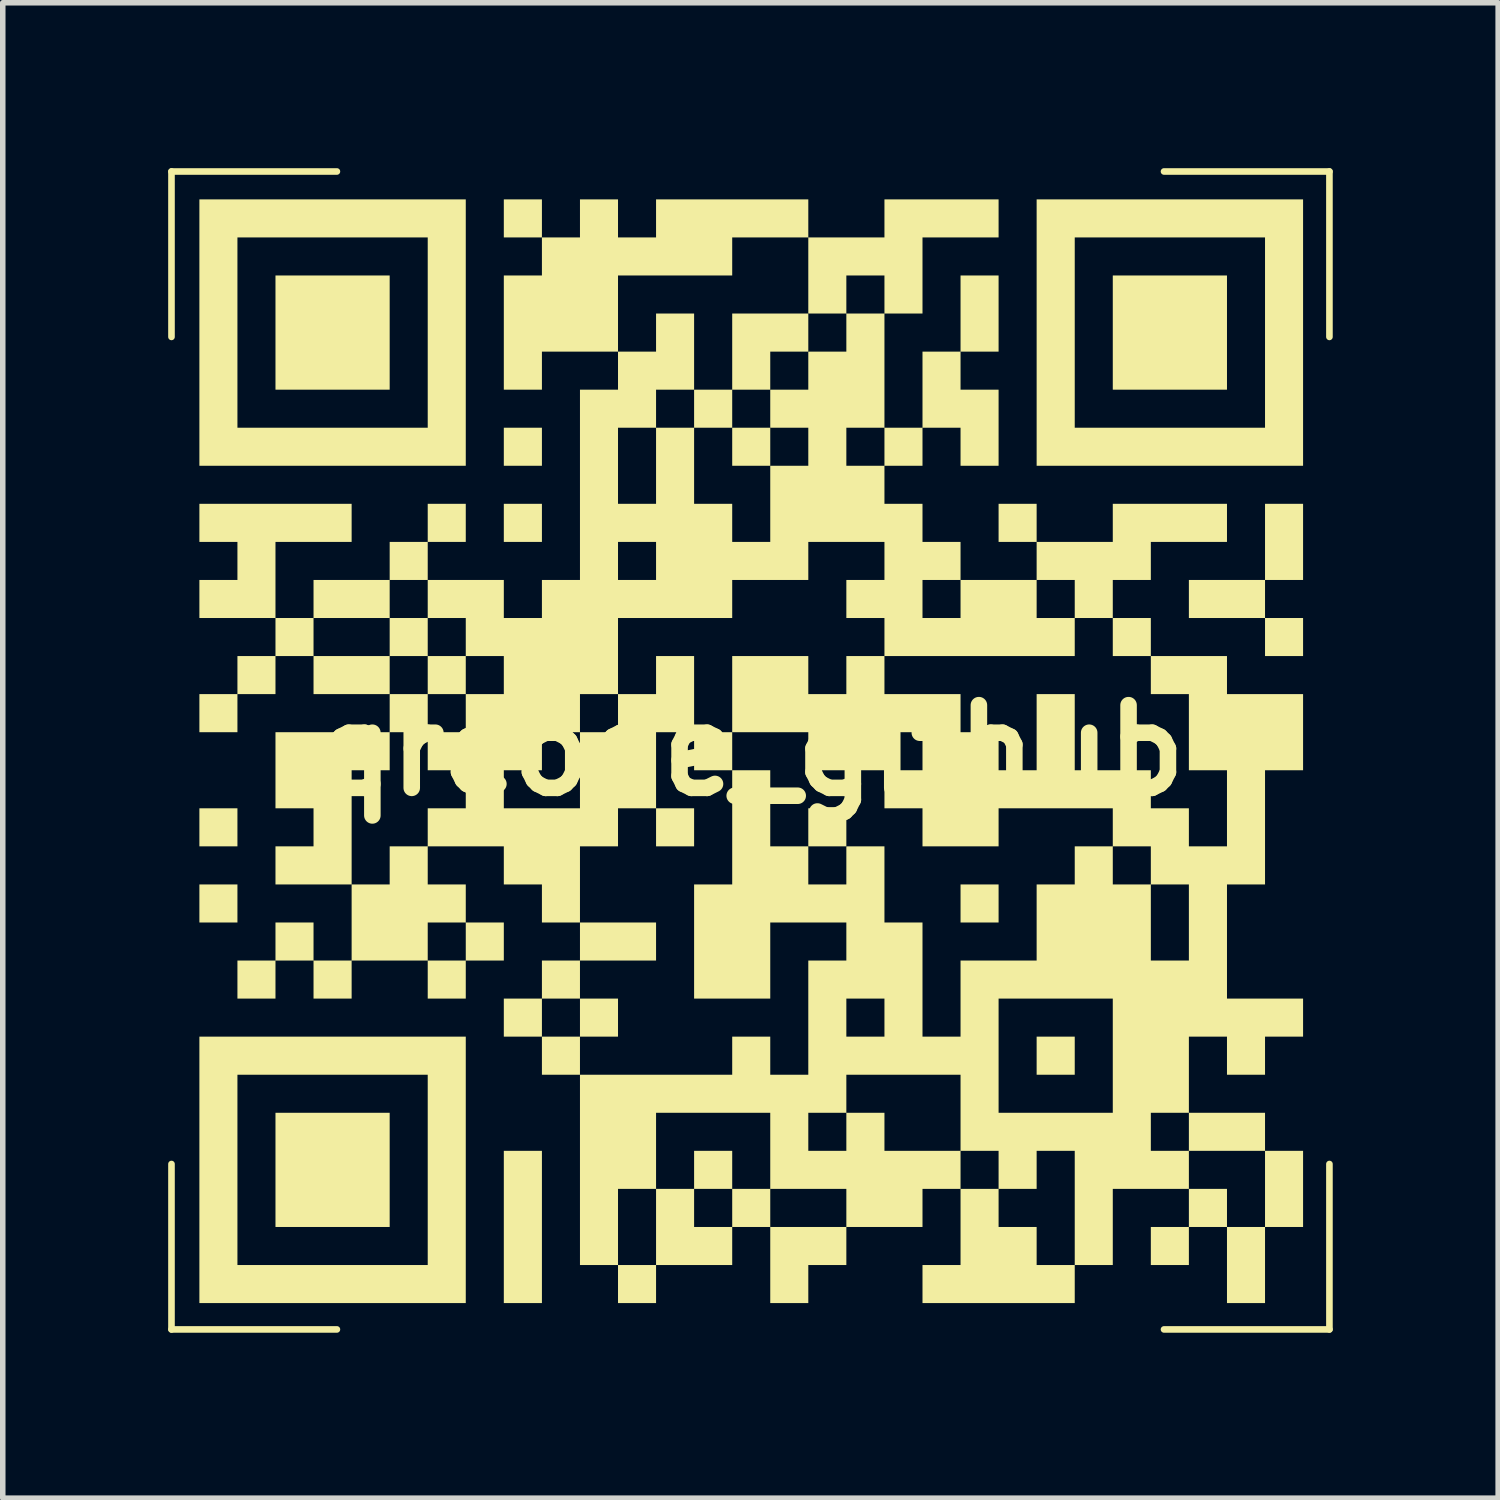
<source format=kicad_pcb>
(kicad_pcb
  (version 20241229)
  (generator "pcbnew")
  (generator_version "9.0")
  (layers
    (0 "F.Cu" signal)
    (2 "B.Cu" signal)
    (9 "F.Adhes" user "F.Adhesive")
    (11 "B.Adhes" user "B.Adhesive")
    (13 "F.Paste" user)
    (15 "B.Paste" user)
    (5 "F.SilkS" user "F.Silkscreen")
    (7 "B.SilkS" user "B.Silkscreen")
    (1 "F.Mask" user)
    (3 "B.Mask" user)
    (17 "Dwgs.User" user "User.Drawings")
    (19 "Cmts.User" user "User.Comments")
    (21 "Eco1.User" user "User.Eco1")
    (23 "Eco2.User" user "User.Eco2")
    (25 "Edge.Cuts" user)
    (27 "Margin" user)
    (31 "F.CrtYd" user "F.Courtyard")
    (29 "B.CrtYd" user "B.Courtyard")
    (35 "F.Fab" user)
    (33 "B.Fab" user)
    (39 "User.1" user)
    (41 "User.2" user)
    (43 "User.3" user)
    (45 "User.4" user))
  (footprint "qrcode_github"
    (layer "F.Cu")
    (at 10.56 10.56)
    (property "Reference" "qrcode_github" (at 0 0 0) (layer "F.SilkS") (effects (font (size 1.5 1.5) (thickness 0.3))))
    (attr board_only exclude_from_pos_files exclude_from_bom)
    (fp_line (start -10.5 -10.5) (end -10.5 -7.5) (stroke (width 0.12) (type default)) (layer "F.SilkS"))
    (fp_line (start -10.5 -10.5) (end -7.5 -10.5) (stroke (width 0.12) (type default)) (layer "F.SilkS"))
    (fp_line (start -10.5 7.5) (end -10.5 10.5) (stroke (width 0.12) (type default)) (layer "F.SilkS"))
    (fp_line (start -10.5 10.5) (end -7.5 10.5) (stroke (width 0.12) (type default)) (layer "F.SilkS"))
    (fp_line (start 10.5 -10.5) (end 7.5 -10.5) (stroke (width 0.12) (type default)) (layer "F.SilkS"))
    (fp_line (start 10.5 -10.5) (end 10.5 -7.5) (stroke (width 0.12) (type default)) (layer "F.SilkS"))
    (fp_line (start 10.5 10.5) (end 7.5 10.5) (stroke (width 0.12) (type default)) (layer "F.SilkS"))
    (fp_line (start 10.5 10.5) (end 10.5 7.5) (stroke (width 0.12) (type default)) (layer "F.SilkS"))
    (fp_poly (pts (xy -9.304 1.394) (xy -9.304 1.739) (xy -9.649 1.739) (xy -9.994 1.739) (xy -9.994 1.394) (xy -9.994 1.049) (xy -9.649 1.049) (xy -9.304 1.049)) (stroke (width 0) (type solid)) (fill yes) (layer "F.SilkS"))
    (fp_poly (pts (xy -9.304 2.775) (xy -9.304 3.12) (xy -9.649 3.12) (xy -9.994 3.12) (xy -9.994 2.775) (xy -9.994 2.43) (xy -9.649 2.43) (xy -9.304 2.43)) (stroke (width 0) (type solid)) (fill yes) (layer "F.SilkS"))
    (fp_poly (pts (xy -6.543 -7.579) (xy -6.543 -6.543) (xy -7.579 -6.543) (xy -8.614 -6.543) (xy -8.614 -7.579) (xy -8.614 -8.614) (xy -7.579 -8.614) (xy -6.543 -8.614)) (stroke (width 0) (type solid)) (fill yes) (layer "F.SilkS"))
    (fp_poly (pts (xy -6.543 -1.367) (xy -6.543 -1.022) (xy -7.233 -1.022) (xy -7.924 -1.022) (xy -7.924 -1.367) (xy -7.924 -1.712) (xy -7.233 -1.712) (xy -6.543 -1.712)) (stroke (width 0) (type solid)) (fill yes) (layer "F.SilkS"))
    (fp_poly (pts (xy -6.543 7.606) (xy -6.543 8.642) (xy -7.579 8.642) (xy -8.614 8.642) (xy -8.614 7.606) (xy -8.614 6.571) (xy -7.579 6.571) (xy -6.543 6.571)) (stroke (width 0) (type solid)) (fill yes) (layer "F.SilkS"))
    (fp_poly (pts (xy -5.853 -2.057) (xy -5.853 -1.712) (xy -6.198 -1.712) (xy -6.543 -1.712) (xy -6.543 -2.057) (xy -6.543 -2.402) (xy -6.198 -2.402) (xy -5.853 -2.402)) (stroke (width 0) (type solid)) (fill yes) (layer "F.SilkS"))
    (fp_poly (pts (xy -5.163 -1.367) (xy -5.163 -1.022) (xy -5.508 -1.022) (xy -5.853 -1.022) (xy -5.853 -1.367) (xy -5.853 -1.712) (xy -5.508 -1.712) (xy -5.163 -1.712)) (stroke (width 0) (type solid)) (fill yes) (layer "F.SilkS"))
    (fp_poly (pts (xy -3.782 -5.508) (xy -3.782 -5.163) (xy -4.128 -5.163) (xy -4.473 -5.163) (xy -4.473 -5.508) (xy -4.473 -5.853) (xy -4.128 -5.853) (xy -3.782 -5.853)) (stroke (width 0) (type solid)) (fill yes) (layer "F.SilkS"))
    (fp_poly (pts (xy -3.782 -4.128) (xy -3.782 -3.782) (xy -4.128 -3.782) (xy -4.473 -3.782) (xy -4.473 -4.128) (xy -4.473 -4.473) (xy -4.128 -4.473) (xy -3.782 -4.473)) (stroke (width 0) (type solid)) (fill yes) (layer "F.SilkS"))
    (fp_poly (pts (xy -3.782 8.642) (xy -3.782 10.022) (xy -4.128 10.022) (xy -4.473 10.022) (xy -4.473 8.642) (xy -4.473 7.261) (xy -4.128 7.261) (xy -3.782 7.261)) (stroke (width 0) (type solid)) (fill yes) (layer "F.SilkS"))
    (fp_poly (pts (xy -2.402 4.845) (xy -2.402 5.19) (xy -2.747 5.19) (xy -3.092 5.19) (xy -3.092 4.845) (xy -3.092 4.5) (xy -2.747 4.5) (xy -2.402 4.5)) (stroke (width 0) (type solid)) (fill yes) (layer "F.SilkS"))
    (fp_poly (pts (xy -1.022 1.394) (xy -1.022 1.739) (xy -1.367 1.739) (xy -1.712 1.739) (xy -1.712 1.394) (xy -1.712 1.049) (xy -1.367 1.049) (xy -1.022 1.049)) (stroke (width 0) (type solid)) (fill yes) (layer "F.SilkS"))
    (fp_poly (pts (xy -0.331 0.014) (xy -0.331 0.359) (xy -0.676 0.359) (xy -1.022 0.359) (xy -1.022 0.014) (xy -1.022 -0.331) (xy -0.676 -0.331) (xy -0.331 -0.331)) (stroke (width 0) (type solid)) (fill yes) (layer "F.SilkS"))
    (fp_poly (pts (xy -0.331 7.606) (xy -0.331 7.951) (xy -0.676 7.951) (xy -1.022 7.951) (xy -1.022 7.606) (xy -1.022 7.261) (xy -0.676 7.261) (xy -0.331 7.261)) (stroke (width 0) (type solid)) (fill yes) (layer "F.SilkS"))
    (fp_poly (pts (xy 0.359 -5.508) (xy 0.359 -5.163) (xy 0.014 -5.163) (xy -0.331 -5.163) (xy -0.331 -5.508) (xy -0.331 -5.853) (xy 0.014 -5.853) (xy 0.359 -5.853)) (stroke (width 0) (type solid)) (fill yes) (layer "F.SilkS"))
    (fp_poly (pts (xy 1.739 1.394) (xy 1.739 1.739) (xy 1.394 1.739) (xy 1.049 1.739) (xy 1.049 1.394) (xy 1.049 1.049) (xy 1.394 1.049) (xy 1.739 1.049)) (stroke (width 0) (type solid)) (fill yes) (layer "F.SilkS"))
    (fp_poly (pts (xy 4.5 2.775) (xy 4.5 3.12) (xy 4.155 3.12) (xy 3.81 3.12) (xy 3.81 2.775) (xy 3.81 2.43) (xy 4.155 2.43) (xy 4.5 2.43)) (stroke (width 0) (type solid)) (fill yes) (layer "F.SilkS"))
    (fp_poly (pts (xy 5.881 5.536) (xy 5.881 5.881) (xy 5.536 5.881) (xy 5.19 5.881) (xy 5.19 5.536) (xy 5.19 5.19) (xy 5.536 5.19) (xy 5.881 5.19)) (stroke (width 0) (type solid)) (fill yes) (layer "F.SilkS"))
    (fp_poly (pts (xy 7.261 -2.057) (xy 7.261 -1.712) (xy 6.916 -1.712) (xy 6.571 -1.712) (xy 6.571 -2.057) (xy 6.571 -2.402) (xy 6.916 -2.402) (xy 7.261 -2.402)) (stroke (width 0) (type solid)) (fill yes) (layer "F.SilkS"))
    (fp_poly (pts (xy 8.642 -7.579) (xy 8.642 -6.543) (xy 7.606 -6.543) (xy 6.571 -6.543) (xy 6.571 -7.579) (xy 6.571 -8.614) (xy 7.606 -8.614) (xy 8.642 -8.614)) (stroke (width 0) (type solid)) (fill yes) (layer "F.SilkS"))
    (fp_poly (pts (xy 10.022 -2.057) (xy 10.022 -1.712) (xy 9.677 -1.712) (xy 9.332 -1.712) (xy 9.332 -2.057) (xy 9.332 -2.402) (xy 9.677 -2.402) (xy 10.022 -2.402)) (stroke (width 0) (type solid)) (fill yes) (layer "F.SilkS"))
    (fp_poly (pts (xy 10.022 -3.782) (xy 10.022 -3.092) (xy 9.677 -3.092) (xy 9.332 -3.092) (xy 9.332 -2.747) (xy 9.332 -2.402) (xy 8.642 -2.402) (xy 7.951 -2.402) (xy 7.951 -2.747) (xy 7.951 -3.092) (xy 8.642 -3.092) (xy 9.332 -3.092) (xy 9.332 -3.782) (xy 9.332 -4.473) (xy 9.677 -4.473) (xy 10.022 -4.473)) (stroke (width 0) (type solid)) (fill yes) (layer "F.SilkS"))
    (fp_poly (pts (xy -5.163 -7.579) (xy -5.163 -5.163) (xy -7.579 -5.163) (xy -9.994 -5.163) (xy -9.994 -7.579) (xy -9.994 -9.304) (xy -9.304 -9.304) (xy -9.304 -7.579) (xy -9.304 -5.853) (xy -7.579 -5.853) (xy -5.853 -5.853) (xy -5.853 -7.579) (xy -5.853 -9.304) (xy -7.579 -9.304) (xy -9.304 -9.304) (xy -9.994 -9.304) (xy -9.994 -9.994) (xy -7.579 -9.994) (xy -5.163 -9.994)) (stroke (width 0) (type solid)) (fill yes) (layer "F.SilkS"))
    (fp_poly (pts (xy -5.163 7.606) (xy -5.163 10.022) (xy -7.579 10.022) (xy -9.994 10.022) (xy -9.994 7.606) (xy -9.994 5.881) (xy -9.304 5.881) (xy -9.304 7.606) (xy -9.304 9.332) (xy -7.579 9.332) (xy -5.853 9.332) (xy -5.853 7.606) (xy -5.853 5.881) (xy -7.579 5.881) (xy -9.304 5.881) (xy -9.994 5.881) (xy -9.994 5.19) (xy -7.579 5.19) (xy -5.163 5.19)) (stroke (width 0) (type solid)) (fill yes) (layer "F.SilkS"))
    (fp_poly (pts (xy 10.022 -7.579) (xy 10.022 -5.163) (xy 7.606 -5.163) (xy 5.19 -5.163) (xy 5.19 -7.579) (xy 5.19 -9.304) (xy 5.881 -9.304) (xy 5.881 -7.579) (xy 5.881 -5.853) (xy 7.606 -5.853) (xy 9.332 -5.853) (xy 9.332 -7.579) (xy 9.332 -9.304) (xy 7.606 -9.304) (xy 5.881 -9.304) (xy 5.19 -9.304) (xy 5.19 -9.994) (xy 7.606 -9.994) (xy 10.022 -9.994)) (stroke (width 0) (type solid)) (fill yes) (layer "F.SilkS"))
    (fp_poly (pts (xy 1.049 -7.579) (xy 1.049 -7.233) (xy 0.704 -7.233) (xy 0.359 -7.233) (xy 0.359 -6.888) (xy 0.359 -6.543) (xy 0.014 -6.543) (xy -0.331 -6.543) (xy -0.331 -6.198) (xy -0.331 -5.853) (xy -0.676 -5.853) (xy -1.022 -5.853) (xy -1.022 -6.198) (xy -1.022 -6.543) (xy -0.676 -6.543) (xy -0.331 -6.543) (xy -0.331 -7.233) (xy -0.331 -7.924) (xy 0.359 -7.924) (xy 1.049 -7.924)) (stroke (width 0) (type solid)) (fill yes) (layer "F.SilkS"))
    (fp_poly (pts (xy -1.712 3.465) (xy -1.712 3.81) (xy -2.402 3.81) (xy -3.092 3.81) (xy -3.092 4.155) (xy -3.092 4.5) (xy -3.437 4.5) (xy -3.782 4.5) (xy -3.782 4.845) (xy -3.782 5.19) (xy -4.128 5.19) (xy -4.473 5.19) (xy -4.473 4.845) (xy -4.473 4.5) (xy -4.128 4.5) (xy -3.782 4.5) (xy -3.782 4.155) (xy -3.782 3.81) (xy -3.437 3.81) (xy -3.092 3.81) (xy -3.092 3.465) (xy -3.092 3.12) (xy -2.402 3.12) (xy -1.712 3.12)) (stroke (width 0) (type solid)) (fill yes) (layer "F.SilkS"))
    (fp_poly (pts (xy 10.022 7.951) (xy 10.022 8.642) (xy 9.677 8.642) (xy 9.332 8.642) (xy 9.332 9.332) (xy 9.332 10.022) (xy 8.987 10.022) (xy 8.642 10.022) (xy 8.642 9.332) (xy 8.642 8.642) (xy 8.296 8.642) (xy 7.951 8.642) (xy 7.951 8.987) (xy 7.951 9.332) (xy 7.606 9.332) (xy 7.261 9.332) (xy 7.261 8.987) (xy 7.261 8.642) (xy 7.606 8.642) (xy 7.951 8.642) (xy 7.951 8.296) (xy 7.951 7.951) (xy 8.296 7.951) (xy 8.642 7.951) (xy 8.642 8.296) (xy 8.642 8.642) (xy 8.987 8.642) (xy 9.332 8.642) (xy 9.332 7.951) (xy 9.332 7.261) (xy 9.677 7.261) (xy 10.022 7.261)) (stroke (width 0) (type solid)) (fill yes) (layer "F.SilkS"))
    (fp_poly (pts (xy -7.233 -4.128) (xy -7.233 -3.782) (xy -7.924 -3.782) (xy -8.614 -3.782) (xy -8.614 -3.092) (xy -8.614 -2.402) (xy -8.269 -2.402) (xy -7.924 -2.402) (xy -7.924 -2.747) (xy -7.924 -3.092) (xy -7.233 -3.092) (xy -6.543 -3.092) (xy -6.543 -3.437) (xy -6.543 -3.782) (xy -6.198 -3.782) (xy -5.853 -3.782) (xy -5.853 -4.128) (xy -5.853 -4.473) (xy -5.508 -4.473) (xy -5.163 -4.473) (xy -5.163 -4.128) (xy -5.163 -3.782) (xy -5.508 -3.782) (xy -5.853 -3.782) (xy -5.853 -3.437) (xy -5.853 -3.092) (xy -6.198 -3.092) (xy -6.543 -3.092) (xy -6.543 -2.747) (xy -6.543 -2.402) (xy -7.233 -2.402) (xy -7.924 -2.402) (xy -7.924 -2.057) (xy -7.924 -1.712) (xy -8.269 -1.712) (xy -8.614 -1.712) (xy -8.614 -1.367) (xy -8.614 -1.022) (xy -8.959 -1.022) (xy -9.304 -1.022) (xy -9.304 -0.676) (xy -9.304 -0.331) (xy -9.649 -0.331) (xy -9.994 -0.331) (xy -9.994 -0.676) (xy -9.994 -1.022) (xy -9.649 -1.022) (xy -9.304 -1.022) (xy -9.304 -1.367) (xy -9.304 -1.712) (xy -8.959 -1.712) (xy -8.614 -1.712) (xy -8.614 -2.057) (xy -8.614 -2.402) (xy -9.304 -2.402) (xy -9.994 -2.402) (xy -9.994 -2.747) (xy -9.994 -3.092) (xy -9.649 -3.092) (xy -9.304 -3.092) (xy -9.304 -3.437) (xy -9.304 -3.782) (xy -9.649 -3.782) (xy -9.994 -3.782) (xy -9.994 -4.128) (xy -9.994 -4.473) (xy -8.614 -4.473) (xy -7.233 -4.473)) (stroke (width 0) (type solid)) (fill yes) (layer "F.SilkS"))
    (fp_poly (pts (xy 1.049 -1.367) (xy 1.049 -1.022) (xy 1.394 -1.022) (xy 1.739 -1.022) (xy 1.739 -1.367) (xy 1.739 -1.712) (xy 2.084 -1.712) (xy 2.43 -1.712) (xy 2.43 -1.367) (xy 2.43 -1.022) (xy 3.12 -1.022) (xy 3.81 -1.022) (xy 3.81 -0.676) (xy 3.81 -0.331) (xy 4.155 -0.331) (xy 4.5 -0.331) (xy 4.5 0.014) (xy 4.5 0.359) (xy 4.845 0.359) (xy 5.19 0.359) (xy 5.19 -0.331) (xy 5.19 -1.022) (xy 5.536 -1.022) (xy 5.881 -1.022) (xy 5.881 -0.331) (xy 5.881 0.359) (xy 6.571 0.359) (xy 7.261 0.359) (xy 7.261 0.704) (xy 7.261 1.049) (xy 7.606 1.049) (xy 7.951 1.049) (xy 7.951 1.394) (xy 7.951 1.739) (xy 8.296 1.739) (xy 8.642 1.739) (xy 8.642 1.049) (xy 8.642 0.359) (xy 8.296 0.359) (xy 7.951 0.359) (xy 7.951 -0.331) (xy 7.951 -1.022) (xy 7.606 -1.022) (xy 7.261 -1.022) (xy 7.261 -1.367) (xy 7.261 -1.712) (xy 7.951 -1.712) (xy 8.642 -1.712) (xy 8.642 -1.367) (xy 8.642 -1.022) (xy 9.332 -1.022) (xy 10.022 -1.022) (xy 10.022 -0.331) (xy 10.022 0.359) (xy 9.677 0.359) (xy 9.332 0.359) (xy 9.332 1.394) (xy 9.332 2.43) (xy 8.987 2.43) (xy 8.642 2.43) (xy 8.642 3.465) (xy 8.642 4.5) (xy 9.332 4.5) (xy 10.022 4.5) (xy 10.022 4.845) (xy 10.022 5.19) (xy 9.677 5.19) (xy 9.332 5.19) (xy 9.332 5.536) (xy 9.332 5.881) (xy 8.987 5.881) (xy 8.642 5.881) (xy 8.642 5.536) (xy 8.642 5.19) (xy 8.296 5.19) (xy 7.951 5.19) (xy 7.951 5.881) (xy 7.951 6.571) (xy 7.606 6.571) (xy 7.261 6.571) (xy 7.261 6.916) (xy 7.261 7.261) (xy 7.606 7.261) (xy 7.951 7.261) (xy 7.951 6.916) (xy 7.951 6.571) (xy 8.642 6.571) (xy 9.332 6.571) (xy 9.332 6.916) (xy 9.332 7.261) (xy 8.642 7.261) (xy 7.951 7.261) (xy 7.951 7.606) (xy 7.951 7.951) (xy 7.261 7.951) (xy 6.571 7.951) (xy 6.571 8.642) (xy 6.571 9.332) (xy 6.226 9.332) (xy 5.881 9.332) (xy 5.881 9.677) (xy 5.881 10.022) (xy 4.5 10.022) (xy 3.12 10.022) (xy 3.12 9.677) (xy 3.12 9.332) (xy 3.465 9.332) (xy 3.81 9.332) (xy 3.81 8.642) (xy 3.81 7.951) (xy 4.155 7.951) (xy 4.5 7.951) (xy 4.5 8.296) (xy 4.5 8.642) (xy 4.845 8.642) (xy 5.19 8.642) (xy 5.19 8.987) (xy 5.19 9.332) (xy 5.536 9.332) (xy 5.881 9.332) (xy 5.881 8.296) (xy 5.881 7.261) (xy 5.536 7.261) (xy 5.19 7.261) (xy 5.19 7.606) (xy 5.19 7.951) (xy 4.845 7.951) (xy 4.5 7.951) (xy 4.5 7.606) (xy 4.5 7.261) (xy 4.155 7.261) (xy 3.81 7.261) (xy 3.81 7.606) (xy 3.81 7.951) (xy 3.465 7.951) (xy 3.12 7.951) (xy 3.12 8.296) (xy 3.12 8.642) (xy 2.43 8.642) (xy 1.739 8.642) (xy 1.739 8.987) (xy 1.739 9.332) (xy 1.394 9.332) (xy 1.049 9.332) (xy 1.049 9.677) (xy 1.049 10.022) (xy 0.704 10.022) (xy 0.359 10.022) (xy 0.359 9.332) (xy 0.359 8.642) (xy 0.014 8.642) (xy -0.331 8.642) (xy -0.331 8.987) (xy -0.331 9.332) (xy -1.022 9.332) (xy -1.712 9.332) (xy -1.712 9.677) (xy -1.712 10.022) (xy -2.057 10.022) (xy -2.402 10.022) (xy -2.402 9.677) (xy -2.402 9.332) (xy -2.057 9.332) (xy -1.712 9.332) (xy -1.712 8.642) (xy -1.712 7.951) (xy -1.367 7.951) (xy -1.022 7.951) (xy -1.022 8.296) (xy -1.022 8.642) (xy -0.676 8.642) (xy -0.331 8.642) (xy -0.331 8.296) (xy -0.331 7.951) (xy 0.014 7.951) (xy 0.359 7.951) (xy 0.359 8.296) (xy 0.359 8.642) (xy 1.049 8.642) (xy 1.739 8.642) (xy 1.739 8.296) (xy 1.739 7.951) (xy 1.049 7.951) (xy 0.359 7.951) (xy 0.359 7.261) (xy 1.049 7.261) (xy 1.394 7.261) (xy 1.739 7.261) (xy 1.739 6.916) (xy 1.739 6.571) (xy 2.084 6.571) (xy 2.43 6.571) (xy 2.43 6.916) (xy 2.43 7.261) (xy 3.12 7.261) (xy 3.81 7.261) (xy 3.81 6.571) (xy 3.81 5.881) (xy 2.775 5.881) (xy 1.739 5.881) (xy 1.739 6.226) (xy 1.739 6.571) (xy 1.394 6.571) (xy 1.049 6.571) (xy 1.049 6.916) (xy 1.049 7.261) (xy 0.359 7.261) (xy 0.359 6.571) (xy -0.676 6.571) (xy -1.712 6.571) (xy -1.712 7.261) (xy -1.712 7.951) (xy -2.057 7.951) (xy -2.402 7.951) (xy -2.402 8.642) (xy -2.402 9.332) (xy -2.747 9.332) (xy -3.092 9.332) (xy -3.092 7.606) (xy -3.092 5.881) (xy -3.437 5.881) (xy -3.782 5.881) (xy -3.782 5.536) (xy -3.782 5.19) (xy -3.437 5.19) (xy -3.092 5.19) (xy -3.092 5.536) (xy -3.092 5.881) (xy -1.712 5.881) (xy -0.331 5.881) (xy -0.331 5.536) (xy -0.331 5.19) (xy 0.014 5.19) (xy 0.359 5.19) (xy 0.359 5.536) (xy 0.359 5.881) (xy 0.704 5.881) (xy 1.049 5.881) (xy 1.049 4.845) (xy 1.049 4.5) (xy 1.739 4.5) (xy 1.739 4.845) (xy 1.739 5.19) (xy 2.084 5.19) (xy 2.43 5.19) (xy 2.43 4.845) (xy 2.43 4.5) (xy 2.084 4.5) (xy 1.739 4.5) (xy 1.049 4.5) (xy 1.049 3.81) (xy 1.394 3.81) (xy 1.739 3.81) (xy 1.739 3.465) (xy 1.739 3.12) (xy 1.049 3.12) (xy 0.359 3.12) (xy 0.359 3.81) (xy 0.359 4.5) (xy -0.331 4.5) (xy -1.022 4.5) (xy -1.022 3.465) (xy -1.022 2.43) (xy -0.676 2.43) (xy -0.331 2.43) (xy -0.331 1.394) (xy -0.331 0.359) (xy 0.014 0.359) (xy 0.359 0.359) (xy 0.359 1.049) (xy 0.359 1.739) (xy 0.704 1.739) (xy 1.049 1.739) (xy 1.049 2.084) (xy 1.049 2.43) (xy 1.394 2.43) (xy 1.739 2.43) (xy 1.739 2.084) (xy 1.739 1.739) (xy 2.084 1.739) (xy 2.43 1.739) (xy 2.43 2.43) (xy 2.43 3.12) (xy 2.775 3.12) (xy 3.12 3.12) (xy 3.12 4.155) (xy 3.12 5.19) (xy 3.465 5.19) (xy 3.81 5.19) (xy 3.81 4.5) (xy 4.5 4.5) (xy 4.5 5.536) (xy 4.5 6.571) (xy 5.536 6.571) (xy 6.571 6.571) (xy 6.571 5.536) (xy 6.571 4.5) (xy 5.536 4.5) (xy 4.5 4.5) (xy 3.81 4.5) (xy 3.81 3.81) (xy 4.5 3.81) (xy 5.19 3.81) (xy 5.19 3.12) (xy 5.19 2.43) (xy 5.536 2.43) (xy 5.881 2.43) (xy 5.881 2.084) (xy 5.881 1.739) (xy 6.226 1.739) (xy 6.571 1.739) (xy 6.571 2.084) (xy 6.571 2.43) (xy 6.916 2.43) (xy 7.261 2.43) (xy 7.261 3.12) (xy 7.261 3.81) (xy 7.606 3.81) (xy 7.951 3.81) (xy 7.951 3.12) (xy 7.951 2.43) (xy 7.606 2.43) (xy 7.261 2.43) (xy 7.261 2.084) (xy 7.261 1.739) (xy 6.916 1.739) (xy 6.571 1.739) (xy 6.571 1.394) (xy 6.571 1.049) (xy 5.536 1.049) (xy 4.5 1.049) (xy 4.5 1.394) (xy 4.5 1.739) (xy 3.81 1.739) (xy 3.12 1.739) (xy 3.12 1.394) (xy 3.12 1.049) (xy 2.775 1.049) (xy 2.43 1.049) (xy 2.43 0.704) (xy 2.43 0.359) (xy 2.775 0.359) (xy 3.12 0.359) (xy 3.12 0.014) (xy 3.12 -0.331) (xy 2.775 -0.331) (xy 2.43 -0.331) (xy 2.43 0.014) (xy 2.43 0.359) (xy 1.739 0.359) (xy 1.049 0.359) (xy 1.049 0.014) (xy 1.049 -0.331) (xy 0.359 -0.331) (xy -0.331 -0.331) (xy -0.331 -1.022) (xy -0.331 -1.712) (xy 0.359 -1.712) (xy 1.049 -1.712)) (stroke (width 0) (type solid)) (fill yes) (layer "F.SilkS"))
    (fp_poly (pts (xy -3.782 -9.649) (xy -3.782 -9.304) (xy -3.437 -9.304) (xy -3.092 -9.304) (xy -3.092 -9.649) (xy -3.092 -9.994) (xy -2.747 -9.994) (xy -2.402 -9.994) (xy -2.402 -9.649) (xy -2.402 -9.304) (xy -2.057 -9.304) (xy -1.712 -9.304) (xy -1.712 -9.649) (xy -1.712 -9.994) (xy -0.331 -9.994) (xy 1.049 -9.994) (xy 1.049 -9.649) (xy 1.049 -9.304) (xy 1.739 -9.304) (xy 2.43 -9.304) (xy 2.43 -9.649) (xy 2.43 -9.994) (xy 3.465 -9.994) (xy 4.5 -9.994) (xy 4.5 -9.649) (xy 4.5 -9.304) (xy 3.81 -9.304) (xy 3.12 -9.304) (xy 3.12 -8.614) (xy 3.12 -7.924) (xy 2.775 -7.924) (xy 2.43 -7.924) (xy 2.43 -6.888) (xy 2.43 -5.853) (xy 2.775 -5.853) (xy 3.12 -5.853) (xy 3.12 -6.543) (xy 3.12 -7.233) (xy 3.465 -7.233) (xy 3.81 -7.233) (xy 3.81 -7.924) (xy 3.81 -8.614) (xy 4.155 -8.614) (xy 4.5 -8.614) (xy 4.5 -7.924) (xy 4.5 -7.233) (xy 4.155 -7.233) (xy 3.81 -7.233) (xy 3.81 -6.888) (xy 3.81 -6.543) (xy 4.155 -6.543) (xy 4.5 -6.543) (xy 4.5 -5.853) (xy 4.5 -5.163) (xy 4.155 -5.163) (xy 3.81 -5.163) (xy 3.81 -5.508) (xy 3.81 -5.853) (xy 3.465 -5.853) (xy 3.12 -5.853) (xy 3.12 -5.508) (xy 3.12 -5.163) (xy 2.775 -5.163) (xy 2.43 -5.163) (xy 2.43 -4.818) (xy 2.43 -4.473) (xy 2.775 -4.473) (xy 3.12 -4.473) (xy 3.12 -4.128) (xy 3.12 -3.782) (xy 3.465 -3.782) (xy 3.81 -3.782) (xy 3.81 -3.437) (xy 3.81 -3.092) (xy 4.5 -3.092) (xy 5.19 -3.092) (xy 5.19 -2.747) (xy 5.19 -2.402) (xy 5.536 -2.402) (xy 5.881 -2.402) (xy 5.881 -2.747) (xy 5.881 -3.092) (xy 5.536 -3.092) (xy 5.19 -3.092) (xy 5.19 -3.437) (xy 5.19 -3.782) (xy 4.845 -3.782) (xy 4.5 -3.782) (xy 4.5 -4.128) (xy 4.5 -4.473) (xy 4.845 -4.473) (xy 5.19 -4.473) (xy 5.19 -4.128) (xy 5.19 -3.782) (xy 5.881 -3.782) (xy 6.571 -3.782) (xy 6.571 -4.128) (xy 6.571 -4.473) (xy 7.606 -4.473) (xy 8.642 -4.473) (xy 8.642 -4.128) (xy 8.642 -3.782) (xy 7.951 -3.782) (xy 7.261 -3.782) (xy 7.261 -3.437) (xy 7.261 -3.092) (xy 6.916 -3.092) (xy 6.571 -3.092) (xy 6.571 -2.747) (xy 6.571 -2.402) (xy 6.226 -2.402) (xy 5.881 -2.402) (xy 5.881 -2.057) (xy 5.881 -1.712) (xy 4.155 -1.712) (xy 2.43 -1.712) (xy 2.43 -2.057) (xy 2.43 -2.402) (xy 2.084 -2.402) (xy 1.739 -2.402) (xy 1.739 -2.747) (xy 1.739 -3.092) (xy 2.084 -3.092) (xy 2.43 -3.092) (xy 3.12 -3.092) (xy 3.12 -2.747) (xy 3.12 -2.402) (xy 3.465 -2.402) (xy 3.81 -2.402) (xy 3.81 -2.747) (xy 3.81 -3.092) (xy 3.465 -3.092) (xy 3.12 -3.092) (xy 2.43 -3.092) (xy 2.43 -3.437) (xy 2.43 -3.782) (xy 1.739 -3.782) (xy 1.049 -3.782) (xy 1.049 -3.437) (xy 1.049 -3.092) (xy 0.359 -3.092) (xy -0.331 -3.092) (xy -0.331 -2.747) (xy -0.331 -2.402) (xy -1.367 -2.402) (xy -2.402 -2.402) (xy -2.402 -1.712) (xy -2.402 -1.022) (xy -2.747 -1.022) (xy -3.092 -1.022) (xy -3.092 -0.676) (xy -3.092 -0.331) (xy -3.437 -0.331) (xy -3.782 -0.331) (xy -3.782 0.014) (xy -3.782 0.359) (xy -4.128 0.359) (xy -4.473 0.359) (xy -4.473 0.704) (xy -4.473 1.049) (xy -3.782 1.049) (xy -3.092 1.049) (xy -3.092 0.359) (xy -3.092 -0.331) (xy -2.747 -0.331) (xy -2.402 -0.331) (xy -2.402 -0.676) (xy -2.402 -1.022) (xy -2.057 -1.022) (xy -1.712 -1.022) (xy -1.712 -1.367) (xy -1.712 -1.712) (xy -1.367 -1.712) (xy -1.022 -1.712) (xy -1.022 -1.022) (xy -1.022 -0.331) (xy -1.367 -0.331) (xy -1.712 -0.331) (xy -1.712 0.359) (xy -1.712 1.049) (xy -2.057 1.049) (xy -2.402 1.049) (xy -2.402 1.394) (xy -2.402 1.739) (xy -2.747 1.739) (xy -3.092 1.739) (xy -3.092 2.43) (xy -3.092 3.12) (xy -3.437 3.12) (xy -3.782 3.12) (xy -3.782 2.775) (xy -3.782 2.43) (xy -4.128 2.43) (xy -4.473 2.43) (xy -4.473 2.084) (xy -4.473 1.739) (xy -5.163 1.739) (xy -5.853 1.739) (xy -5.853 2.084) (xy -5.853 2.43) (xy -5.508 2.43) (xy -5.163 2.43) (xy -5.163 2.775) (xy -5.163 3.12) (xy -5.508 3.12) (xy -5.853 3.12) (xy -5.853 3.465) (xy -5.853 3.81) (xy -5.508 3.81) (xy -5.163 3.81) (xy -5.163 3.465) (xy -5.163 3.12) (xy -4.818 3.12) (xy -4.473 3.12) (xy -4.473 3.465) (xy -4.473 3.81) (xy -4.818 3.81) (xy -5.163 3.81) (xy -5.163 4.155) (xy -5.163 4.5) (xy -5.508 4.5) (xy -5.853 4.5) (xy -5.853 4.155) (xy -5.853 3.81) (xy -6.543 3.81) (xy -7.233 3.81) (xy -7.233 4.155) (xy -7.233 4.5) (xy -7.579 4.5) (xy -7.924 4.5) (xy -7.924 4.155) (xy -7.924 3.81) (xy -8.269 3.81) (xy -8.614 3.81) (xy -8.614 4.155) (xy -8.614 4.5) (xy -8.959 4.5) (xy -9.304 4.5) (xy -9.304 4.155) (xy -9.304 3.81) (xy -8.959 3.81) (xy -8.614 3.81) (xy -8.614 3.465) (xy -8.614 3.12) (xy -8.269 3.12) (xy -7.924 3.12) (xy -7.924 3.465) (xy -7.924 3.81) (xy -7.579 3.81) (xy -7.233 3.81) (xy -7.233 3.12) (xy -7.233 2.43) (xy -7.924 2.43) (xy -8.614 2.43) (xy -8.614 2.084) (xy -8.614 1.739) (xy -8.269 1.739) (xy -7.924 1.739) (xy -7.924 1.394) (xy -7.924 1.049) (xy -8.269 1.049) (xy -8.614 1.049) (xy -8.614 0.359) (xy -8.614 -0.331) (xy -7.579 -0.331) (xy -6.543 -0.331) (xy -6.543 -0.676) (xy -6.543 -1.022) (xy -6.198 -1.022) (xy -5.853 -1.022) (xy -5.853 -0.676) (xy -5.853 -0.331) (xy -6.198 -0.331) (xy -6.543 -0.331) (xy -6.543 0.014) (xy -6.543 0.359) (xy -6.888 0.359) (xy -7.233 0.359) (xy -7.233 1.394) (xy -7.233 2.43) (xy -6.888 2.43) (xy -6.543 2.43) (xy -6.543 2.084) (xy -6.543 1.739) (xy -6.198 1.739) (xy -5.853 1.739) (xy -5.853 1.394) (xy -5.853 1.049) (xy -5.508 1.049) (xy -5.163 1.049) (xy -5.163 0.704) (xy -5.163 0.359) (xy -5.508 0.359) (xy -5.853 0.359) (xy -5.853 0.014) (xy -5.853 -0.331) (xy -5.508 -0.331) (xy -5.163 -0.331) (xy -5.163 -0.676) (xy -5.163 -1.022) (xy -4.818 -1.022) (xy -4.473 -1.022) (xy -4.473 -1.367) (xy -4.473 -1.712) (xy -4.818 -1.712) (xy -5.163 -1.712) (xy -5.163 -2.057) (xy -5.163 -2.402) (xy -5.508 -2.402) (xy -5.853 -2.402) (xy -5.853 -2.747) (xy -5.853 -3.092) (xy -5.163 -3.092) (xy -4.473 -3.092) (xy -4.473 -2.747) (xy -4.473 -2.402) (xy -4.128 -2.402) (xy -3.782 -2.402) (xy -3.782 -2.747) (xy -3.782 -3.092) (xy -3.437 -3.092) (xy -3.092 -3.092) (xy -3.092 -3.782) (xy -2.402 -3.782) (xy -2.402 -3.437) (xy -2.402 -3.092) (xy -2.057 -3.092) (xy -1.712 -3.092) (xy -1.712 -3.437) (xy -1.712 -3.782) (xy -2.057 -3.782) (xy -2.402 -3.782) (xy -3.092 -3.782) (xy -3.092 -4.473) (xy -2.402 -4.473) (xy -2.057 -4.473) (xy -1.712 -4.473) (xy -1.712 -5.163) (xy -1.712 -5.853) (xy -1.367 -5.853) (xy -1.022 -5.853) (xy -1.022 -5.163) (xy -1.022 -4.473) (xy -0.676 -4.473) (xy -0.331 -4.473) (xy -0.331 -4.128) (xy -0.331 -3.782) (xy 0.014 -3.782) (xy 0.359 -3.782) (xy 0.359 -4.473) (xy 0.359 -5.163) (xy 0.704 -5.163) (xy 1.049 -5.163) (xy 1.049 -5.508) (xy 1.049 -5.853) (xy 1.739 -5.853) (xy 1.739 -5.508) (xy 1.739 -5.163) (xy 2.084 -5.163) (xy 2.43 -5.163) (xy 2.43 -5.508) (xy 2.43 -5.853) (xy 2.084 -5.853) (xy 1.739 -5.853) (xy 1.049 -5.853) (xy 0.704 -5.853) (xy 0.359 -5.853) (xy 0.359 -6.198) (xy 0.359 -6.543) (xy 0.704 -6.543) (xy 1.049 -6.543) (xy 1.049 -6.888) (xy 1.049 -7.233) (xy 1.394 -7.233) (xy 1.739 -7.233) (xy 1.739 -7.579) (xy 1.739 -7.924) (xy 2.084 -7.924) (xy 2.43 -7.924) (xy 2.43 -8.269) (xy 2.43 -8.614) (xy 2.084 -8.614) (xy 1.739 -8.614) (xy 1.739 -8.269) (xy 1.739 -7.924) (xy 1.394 -7.924) (xy 1.049 -7.924) (xy 1.049 -8.614) (xy 1.049 -9.304) (xy 0.359 -9.304) (xy -0.331 -9.304) (xy -0.331 -8.959) (xy -0.331 -8.614) (xy -1.367 -8.614) (xy -2.402 -8.614) (xy -2.402 -7.924) (xy -2.402 -7.233) (xy -2.057 -7.233) (xy -1.712 -7.233) (xy -1.712 -7.579) (xy -1.712 -7.924) (xy -1.367 -7.924) (xy -1.022 -7.924) (xy -1.022 -7.233) (xy -1.022 -6.543) (xy -1.367 -6.543) (xy -1.712 -6.543) (xy -1.712 -6.198) (xy -1.712 -5.853) (xy -2.057 -5.853) (xy -2.402 -5.853) (xy -2.402 -5.163) (xy -2.402 -4.473) (xy -3.092 -4.473) (xy -3.092 -4.818) (xy -3.092 -6.543) (xy -2.747 -6.543) (xy -2.402 -6.543) (xy -2.402 -6.888) (xy -2.402 -7.233) (xy -3.092 -7.233) (xy -3.782 -7.233) (xy -3.782 -6.888) (xy -3.782 -6.543) (xy -4.128 -6.543) (xy -4.473 -6.543) (xy -4.473 -7.579) (xy -4.473 -8.614) (xy -4.128 -8.614) (xy -3.782 -8.614) (xy -3.782 -8.959) (xy -3.782 -9.304) (xy -4.128 -9.304) (xy -4.473 -9.304) (xy -4.473 -9.649) (xy -4.473 -9.994) (xy -4.128 -9.994) (xy -3.782 -9.994)) (stroke (width 0) (type solid)) (fill yes) (layer "F.SilkS")))
  (gr_rect
    (start -3 -3)
    (end 24.12 24.12)
    (stroke (width 0.1) (type default))
    (fill no)
    (layer "Edge.Cuts")))
</source>
